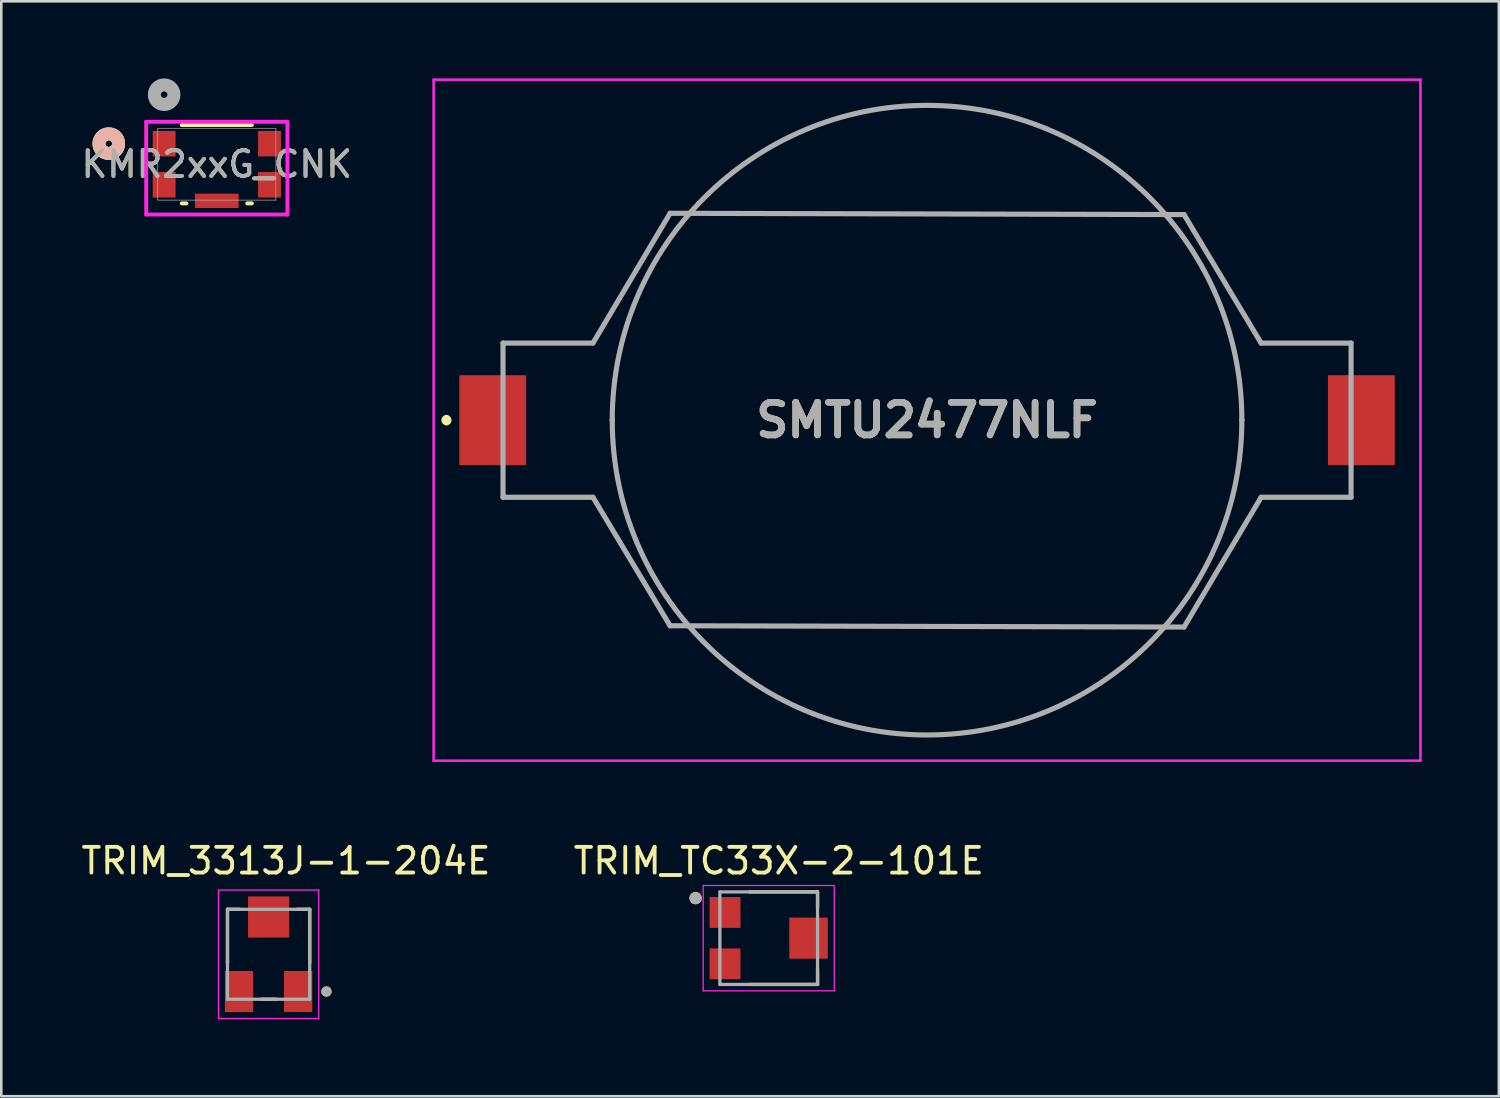
<source format=kicad_pcb>
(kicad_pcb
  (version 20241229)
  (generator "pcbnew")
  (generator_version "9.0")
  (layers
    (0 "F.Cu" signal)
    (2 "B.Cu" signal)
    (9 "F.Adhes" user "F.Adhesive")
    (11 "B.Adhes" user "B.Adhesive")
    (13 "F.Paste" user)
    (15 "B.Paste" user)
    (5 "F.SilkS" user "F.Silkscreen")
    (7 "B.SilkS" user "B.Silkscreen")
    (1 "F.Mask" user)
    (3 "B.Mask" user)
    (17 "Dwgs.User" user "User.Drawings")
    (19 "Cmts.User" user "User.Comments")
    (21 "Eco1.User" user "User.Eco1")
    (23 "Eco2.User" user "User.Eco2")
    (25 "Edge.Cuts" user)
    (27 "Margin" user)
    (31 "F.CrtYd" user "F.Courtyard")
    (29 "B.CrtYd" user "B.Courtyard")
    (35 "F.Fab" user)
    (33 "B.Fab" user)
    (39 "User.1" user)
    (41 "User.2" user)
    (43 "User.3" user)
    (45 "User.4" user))
  (footprint "KMR2xxG_CNK"
    (layer "F.Cu")
    (at 5.387 3.34)
    (property "Reference" "KMR2xxG_CNK" (at 0 0 0) (unlocked yes) (layer "F.SilkS") (effects (font (size 1 1) (thickness 0.15))))
    (attr smd)
    (fp_line (start -1.364 1.524) (end -1.184 1.524) (stroke (width 0.152) (type solid)) (layer "F.SilkS"))
    (fp_line (start 1.184 1.524) (end 1.364 1.524) (stroke (width 0.152) (type solid)) (layer "F.SilkS"))
    (fp_line (start 1.364 -1.524) (end -1.364 -1.524) (stroke (width 0.152) (type solid)) (layer "F.SilkS"))
    (fp_circle (center -4.204 -0.8) (end -3.823 -0.8) (stroke (width 0.508) (type solid)) (fill no) (layer "F.SilkS"))
    (fp_circle (center -4.204 -0.8) (end -3.823 -0.8) (stroke (width 0.508) (type solid)) (fill no) (layer "B.SilkS"))
    (fp_line (start -2.748 -1.651) (end -2.748 1.958) (stroke (width 0.152) (type solid)) (layer "F.CrtYd"))
    (fp_line (start -2.748 1.958) (end 2.748 1.958) (stroke (width 0.152) (type solid)) (layer "F.CrtYd"))
    (fp_line (start 2.748 -1.651) (end -2.748 -1.651) (stroke (width 0.152) (type solid)) (layer "F.CrtYd"))
    (fp_line (start 2.748 1.958) (end 2.748 -1.651) (stroke (width 0.152) (type solid)) (layer "F.CrtYd"))
    (fp_line (start -2.299 -1.397) (end -2.299 1.397) (stroke (width 0.025) (type solid)) (layer "F.Fab"))
    (fp_line (start -2.299 1.397) (end 2.299 1.397) (stroke (width 0.025) (type solid)) (layer "F.Fab"))
    (fp_line (start 2.299 -1.397) (end -2.299 -1.397) (stroke (width 0.025) (type solid)) (layer "F.Fab"))
    (fp_line (start 2.299 1.397) (end 2.299 -1.397) (stroke (width 0.025) (type solid)) (layer "F.Fab"))
    (fp_circle (center -2.05 -2.705) (end -1.669 -2.705) (stroke (width 0.508) (type solid)) (fill no) (layer "F.Fab"))
    (fp_text user "${REFERENCE}" (at 0 0 0) (unlocked yes) (layer "F.Fab") (effects (font (size 1 1) (thickness 0.15))))
    (pad "1" smd rect (at -2.05 -0.8) (size 0.889 0.991) (layers "F.Cu" "F.Mask" "F.Paste"))
    (pad "2" smd rect (at 2.05 -0.8) (size 0.889 0.991) (layers "F.Cu" "F.Mask" "F.Paste"))
    (pad "3" smd rect (at -2.05 0.8) (size 0.889 0.991) (layers "F.Cu" "F.Mask" "F.Paste"))
    (pad "4" smd rect (at 2.05 0.8) (size 0.889 0.991) (layers "F.Cu" "F.Mask" "F.Paste"))
    (pad "5" smd rect (at 0 1.425) (size 1.702 0.559) (layers "F.Cu" "F.Mask" "F.Paste")))
  (footprint "TRIM_3313J-1-204E"
    (layer "F.Cu")
    (at 7.402 34.083)
    (property "Reference" "TRIM_3313J-1-204E" (at 0.675 -3.635 0) (layer "F.SilkS") (effects (font (size 1 1) (thickness 0.15))))
    (attr smd)
    (fp_line (start -1.6 -1.75) (end -1.12 -1.75) (stroke (width 0.127) (type solid)) (layer "F.SilkS"))
    (fp_line (start -1.6 0.337) (end -1.6 -1.75) (stroke (width 0.127) (type solid)) (layer "F.SilkS"))
    (fp_line (start 0.286 1.75) (end -0.286 1.75) (stroke (width 0.127) (type solid)) (layer "F.SilkS"))
    (fp_line (start 1.12 -1.75) (end 1.6 -1.75) (stroke (width 0.127) (type solid)) (layer "F.SilkS"))
    (fp_line (start 1.6 -1.75) (end 1.6 0.337) (stroke (width 0.127) (type solid)) (layer "F.SilkS"))
    (fp_circle (center 2.25 1.45) (end 2.35 1.45) (stroke (width 0.2) (type solid)) (fill no) (layer "F.SilkS"))
    (fp_line (start -1.95 -2.5) (end 1.95 -2.5) (stroke (width 0.05) (type solid)) (layer "F.CrtYd"))
    (fp_line (start -1.95 2.5) (end -1.95 -2.5) (stroke (width 0.05) (type solid)) (layer "F.CrtYd"))
    (fp_line (start 1.95 -2.5) (end 1.95 2.5) (stroke (width 0.05) (type solid)) (layer "F.CrtYd"))
    (fp_line (start 1.95 2.5) (end -1.95 2.5) (stroke (width 0.05) (type solid)) (layer "F.CrtYd"))
    (fp_line (start -1.6 -1.75) (end 1.6 -1.75) (stroke (width 0.127) (type solid)) (layer "F.Fab"))
    (fp_line (start -1.6 1.75) (end -1.6 -1.75) (stroke (width 0.127) (type solid)) (layer "F.Fab"))
    (fp_line (start 1.6 -1.75) (end 1.6 1.75) (stroke (width 0.127) (type solid)) (layer "F.Fab"))
    (fp_line (start 1.6 1.75) (end -1.6 1.75) (stroke (width 0.127) (type solid)) (layer "F.Fab"))
    (fp_circle (center 2.25 1.45) (end 2.35 1.45) (stroke (width 0.2) (type solid)) (fill no) (layer "F.Fab"))
    (pad "1" smd rect (at 1.15 1.45) (size 1.1 1.6) (layers "F.Cu" "F.Mask" "F.Paste"))
    (pad "2" smd rect (at 0 -1.45) (size 1.6 1.6) (layers "F.Cu" "F.Mask" "F.Paste"))
    (pad "3" smd rect (at -1.15 1.45) (size 1.1 1.6) (layers "F.Cu" "F.Mask" "F.Paste")))
  (footprint "TRIM_TC33X-2-101E"
    (layer "F.Cu")
    (at 26.963 33.457)
    (property "Reference" "TRIM_TC33X-2-101E" (at 0.294 -3.008 0) (layer "F.SilkS") (effects (font (size 1 1) (thickness 0.15))))
    (attr smd)
    (fp_line (start -0.85 -1.8) (end 1.8 -1.8) (stroke (width 0.127) (type solid)) (layer "F.SilkS"))
    (fp_line (start -0.85 1.8) (end 1.8 1.8) (stroke (width 0.127) (type solid)) (layer "F.SilkS"))
    (fp_line (start 1.8 -1.8) (end 1.8 -1.2) (stroke (width 0.127) (type solid)) (layer "F.SilkS"))
    (fp_line (start 1.8 1.8) (end 1.8 1.2) (stroke (width 0.127) (type solid)) (layer "F.SilkS"))
    (fp_circle (center -2.946 -1.558) (end -2.826 -1.558) (stroke (width 0.24) (type solid)) (fill no) (layer "F.SilkS"))
    (fp_line (start -2.65 -2.05) (end 2.45 -2.05) (stroke (width 0.05) (type solid)) (layer "F.CrtYd"))
    (fp_line (start -2.65 2.05) (end -2.65 -2.05) (stroke (width 0.05) (type solid)) (layer "F.CrtYd"))
    (fp_line (start 2.45 -2.05) (end 2.45 2.05) (stroke (width 0.05) (type solid)) (layer "F.CrtYd"))
    (fp_line (start 2.45 2.05) (end -2.65 2.05) (stroke (width 0.05) (type solid)) (layer "F.CrtYd"))
    (fp_line (start -2 -1.8) (end 1.8 -1.8) (stroke (width 0.127) (type solid)) (layer "F.Fab"))
    (fp_line (start -2 1.8) (end -2 -1.8) (stroke (width 0.127) (type solid)) (layer "F.Fab"))
    (fp_line (start 1.8 -1.8) (end 1.8 1.8) (stroke (width 0.127) (type solid)) (layer "F.Fab"))
    (fp_line (start 1.8 1.8) (end -2 1.8) (stroke (width 0.127) (type solid)) (layer "F.Fab"))
    (fp_circle (center -2.946 -1.558) (end -2.826 -1.558) (stroke (width 0.24) (type solid)) (fill no) (layer "F.Fab"))
    (pad "1" smd rect (at -1.8 -1) (size 1.2 1.2) (layers "F.Cu" "F.Mask" "F.Paste"))
    (pad "2" smd rect (at 1.45 0) (size 1.5 1.6) (layers "F.Cu" "F.Mask" "F.Paste"))
    (pad "3" smd rect (at -1.8 1) (size 1.2 1.2) (layers "F.Cu" "F.Mask" "F.Paste")))
  (footprint "SMTU2477NLF"
    (layer "F.Cu")
    (at 33.024 13.3)
    (property "Reference" "SMTU2477NLF" (at 0 0 0) (layer "F.SilkS") (effects (font (size 1.27 1.27) (thickness 0.254))))
    (attr smd)
    (fp_line (start -18.7 -0.1) (end -18.7 -0.1) (stroke (width 0.2) (type solid)) (layer "F.SilkS"))
    (fp_line (start -18.7 0.1) (end -18.7 0.1) (stroke (width 0.2) (type solid)) (layer "F.SilkS"))
    (fp_line (start -16.5 -3) (end -13 -3) (stroke (width 0.1) (type solid)) (layer "F.SilkS"))
    (fp_line (start -16.5 3) (end -13 3) (stroke (width 0.1) (type solid)) (layer "F.SilkS"))
    (fp_line (start -13 -3) (end -10 -8.05) (stroke (width 0.1) (type solid)) (layer "F.SilkS"))
    (fp_line (start -13 3) (end -10 8) (stroke (width 0.1) (type solid)) (layer "F.SilkS"))
    (fp_line (start -10 -8.05) (end 10 -8.05) (stroke (width 0.1) (type solid)) (layer "F.SilkS"))
    (fp_line (start -10 8) (end 10 8.05) (stroke (width 0.1) (type solid)) (layer "F.SilkS"))
    (fp_line (start 10 -8.05) (end 13 -3) (stroke (width 0.1) (type solid)) (layer "F.SilkS"))
    (fp_line (start 10 8.05) (end 13 3) (stroke (width 0.1) (type solid)) (layer "F.SilkS"))
    (fp_line (start 13 -3) (end 16.5 -3) (stroke (width 0.1) (type solid)) (layer "F.SilkS"))
    (fp_line (start 13 3) (end 16.5 3) (stroke (width 0.1) (type solid)) (layer "F.SilkS"))
    (fp_arc (start -18.7 -0.1) (mid -18.6 0) (end -18.7 0.1) (stroke (width 0.2) (type solid)) (layer "F.SilkS"))
    (fp_arc (start -18.7 0.1) (mid -18.8 0) (end -18.7 -0.1) (stroke (width 0.2) (type solid)) (layer "F.SilkS"))
    (fp_line (start -19.2 -13.25) (end 19.2 -13.25) (stroke (width 0.1) (type solid)) (layer "F.CrtYd"))
    (fp_line (start -19.2 13.25) (end -19.2 -13.25) (stroke (width 0.1) (type solid)) (layer "F.CrtYd"))
    (fp_line (start 19.2 -13.25) (end 19.2 13.25) (stroke (width 0.1) (type solid)) (layer "F.CrtYd"))
    (fp_line (start 19.2 13.25) (end -19.2 13.25) (stroke (width 0.1) (type solid)) (layer "F.CrtYd"))
    (fp_line (start -16.5 -3) (end -16.5 3) (stroke (width 0.2) (type solid)) (layer "F.Fab"))
    (fp_line (start -16.5 3) (end -13 3) (stroke (width 0.2) (type solid)) (layer "F.Fab"))
    (fp_line (start -13 -3) (end -16.5 -3) (stroke (width 0.2) (type solid)) (layer "F.Fab"))
    (fp_line (start -13 3) (end -10 8) (stroke (width 0.2) (type solid)) (layer "F.Fab"))
    (fp_line (start -12.25 0) (end -12.25 0) (stroke (width 0.2) (type solid)) (layer "F.Fab"))
    (fp_line (start -10 -8.05) (end -13 -3) (stroke (width 0.2) (type solid)) (layer "F.Fab"))
    (fp_line (start -10 8) (end 10 8.05) (stroke (width 0.2) (type solid)) (layer "F.Fab"))
    (fp_line (start 10 -8) (end -10 -8.05) (stroke (width 0.2) (type solid)) (layer "F.Fab"))
    (fp_line (start 10 8.05) (end 13 3) (stroke (width 0.2) (type solid)) (layer "F.Fab"))
    (fp_line (start 12.25 0) (end 12.25 0) (stroke (width 0.2) (type solid)) (layer "F.Fab"))
    (fp_line (start 13 -3) (end 10 -8) (stroke (width 0.2) (type solid)) (layer "F.Fab"))
    (fp_line (start 13 3) (end 16.5 3) (stroke (width 0.2) (type solid)) (layer "F.Fab"))
    (fp_line (start 16.5 -3) (end 13 -3) (stroke (width 0.2) (type solid)) (layer "F.Fab"))
    (fp_line (start 16.5 3) (end 16.5 -3) (stroke (width 0.2) (type solid)) (layer "F.Fab"))
    (fp_arc (start -12.25 0) (mid 0 -12.25) (end 12.25 0) (stroke (width 0.2) (type solid)) (layer "F.Fab"))
    (fp_arc (start 12.25 0) (mid 0 12.25) (end -12.25 0) (stroke (width 0.2) (type solid)) (layer "F.Fab"))
    (fp_text user "${REFERENCE}" (at 0 0 0) (layer "F.Fab") (effects (font (size 1.27 1.27) (thickness 0.254))))
    (pad "1" smd rect (at -16.9 0) (size 2.6 3.5) (layers "F.Cu" "F.Mask" "F.Paste"))
    (pad "2" smd rect (at 16.9 0) (size 2.6 3.5) (layers "F.Cu" "F.Mask" "F.Paste")))
  (gr_rect
    (start -3 -3)
    (end 55.274 39.608)
    (stroke (width 0.1) (type default))
    (fill no)
    (layer "Edge.Cuts")))
</source>
